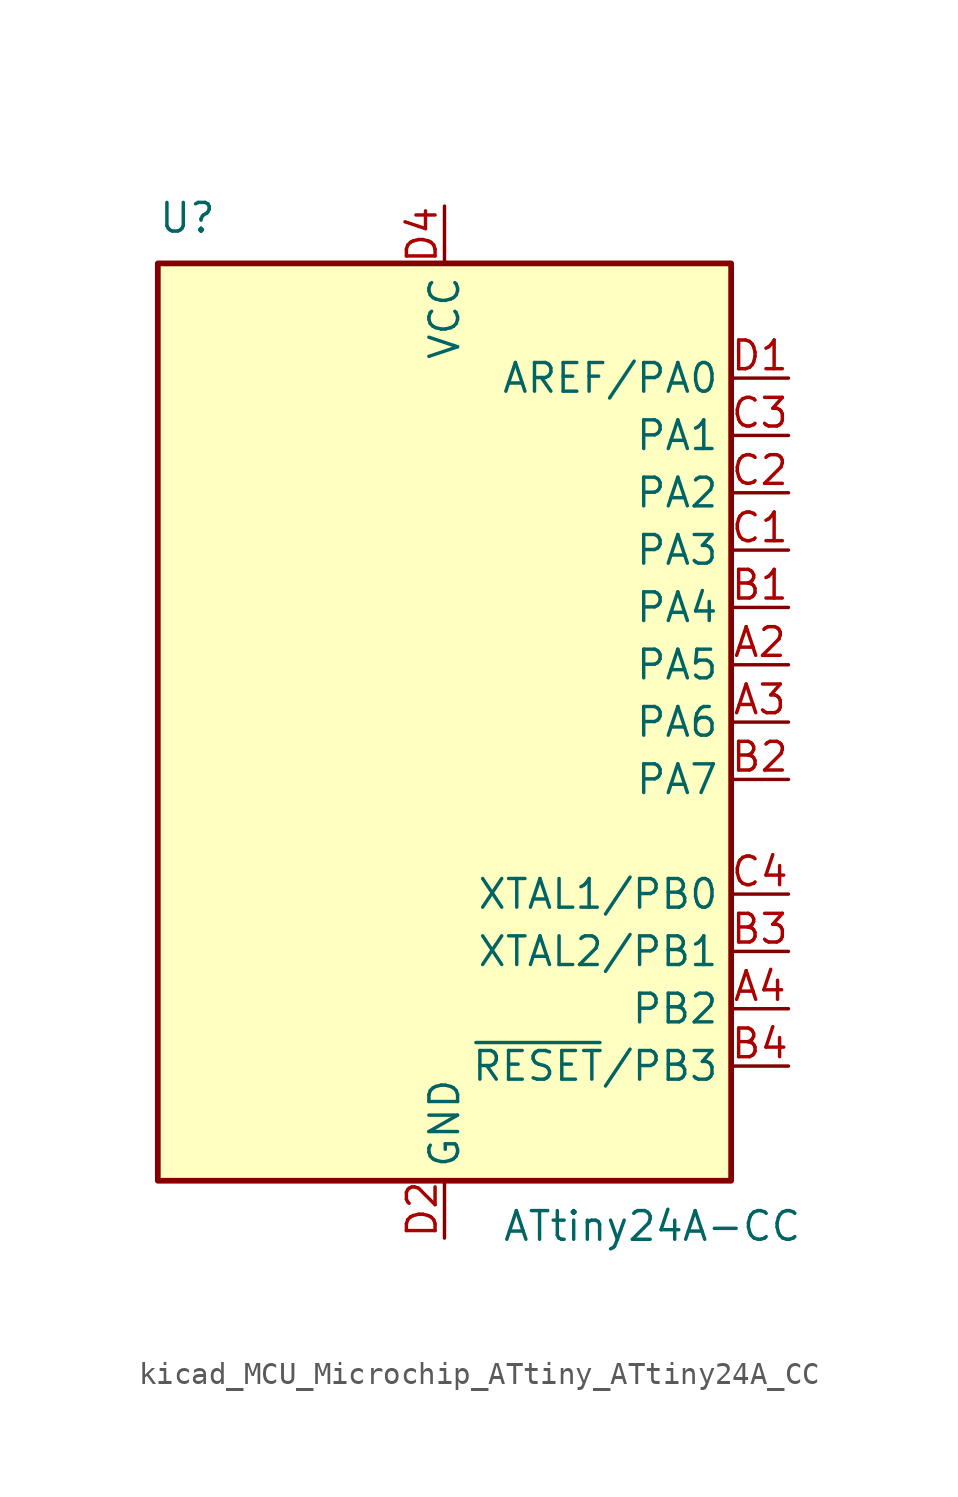
<source format=kicad_sym>
(kicad_symbol_lib
  (version 20220914)
  (generator kicad_symbol_editor)
  (symbol "kicad_MCU_Microchip_ATtiny_ATtiny24A_CC"
    (property "Reference" "U"
      (at -12.7 21.59 0)
      (effects (font (size 1.27 1.27)) (justify left bottom)))
    (property "Value" "ATtiny24A-CC"
      (at 2.54 -21.59 0)
      (effects (font (size 1.27 1.27)) (justify left top)))
    (symbol "kicad_MCU_Microchip_ATtiny_ATtiny24A_CC_0_1"
      (rectangle (start -12.7 -20.32) (end 12.7 20.32) (stroke (width 0.254) (type default)) (fill (type background))))
    (symbol "kicad_MCU_Microchip_ATtiny_ATtiny24A_CC_1_1"
      (pin bidirectional line (at 15.24 2.54 180) (length 2.54) (name "PA5" (effects (font (size 1.27 1.27)))) (number "A2" (effects (font (size 1.27 1.27)))))
      (pin bidirectional line (at 15.24 0 180) (length 2.54) (name "PA6" (effects (font (size 1.27 1.27)))) (number "A3" (effects (font (size 1.27 1.27)))))
      (pin bidirectional line (at 15.24 -12.7 180) (length 2.54) (name "PB2" (effects (font (size 1.27 1.27)))) (number "A4" (effects (font (size 1.27 1.27)))))
      (pin bidirectional line (at 15.24 5.08 180) (length 2.54) (name "PA4" (effects (font (size 1.27 1.27)))) (number "B1" (effects (font (size 1.27 1.27)))))
      (pin bidirectional line (at 15.24 -2.54 180) (length 2.54) (name "PA7" (effects (font (size 1.27 1.27)))) (number "B2" (effects (font (size 1.27 1.27)))))
      (pin bidirectional line (at 15.24 -10.16 180) (length 2.54) (name "XTAL2/PB1" (effects (font (size 1.27 1.27)))) (number "B3" (effects (font (size 1.27 1.27)))))
      (pin bidirectional line (at 15.24 -15.24 180) (length 2.54) (name "~{RESET}/PB3" (effects (font (size 1.27 1.27)))) (number "B4" (effects (font (size 1.27 1.27)))))
      (pin bidirectional line (at 15.24 7.62 180) (length 2.54) (name "PA3" (effects (font (size 1.27 1.27)))) (number "C1" (effects (font (size 1.27 1.27)))))
      (pin bidirectional line (at 15.24 10.16 180) (length 2.54) (name "PA2" (effects (font (size 1.27 1.27)))) (number "C2" (effects (font (size 1.27 1.27)))))
      (pin bidirectional line (at 15.24 12.7 180) (length 2.54) (name "PA1" (effects (font (size 1.27 1.27)))) (number "C3" (effects (font (size 1.27 1.27)))))
      (pin bidirectional line (at 15.24 -7.62 180) (length 2.54) (name "XTAL1/PB0" (effects (font (size 1.27 1.27)))) (number "C4" (effects (font (size 1.27 1.27)))))
      (pin bidirectional line (at 15.24 15.24 180) (length 2.54) (name "AREF/PA0" (effects (font (size 1.27 1.27)))) (number "D1" (effects (font (size 1.27 1.27)))))
      (pin power_in line (at 0 -22.86 90) (length 2.54) (name "GND" (effects (font (size 1.27 1.27)))) (number "D2" (effects (font (size 1.27 1.27)))))
      (pin passive line (at 0 -22.86 90) (length 2.54) hide (name "GND" (effects (font (size 1.27 1.27)))) (number "D3" (effects (font (size 1.27 1.27)))))
      (pin power_in line (at 0 22.86 270) (length 2.54) (name "VCC" (effects (font (size 1.27 1.27)))) (number "D4" (effects (font (size 1.27 1.27))))))))
</source>
